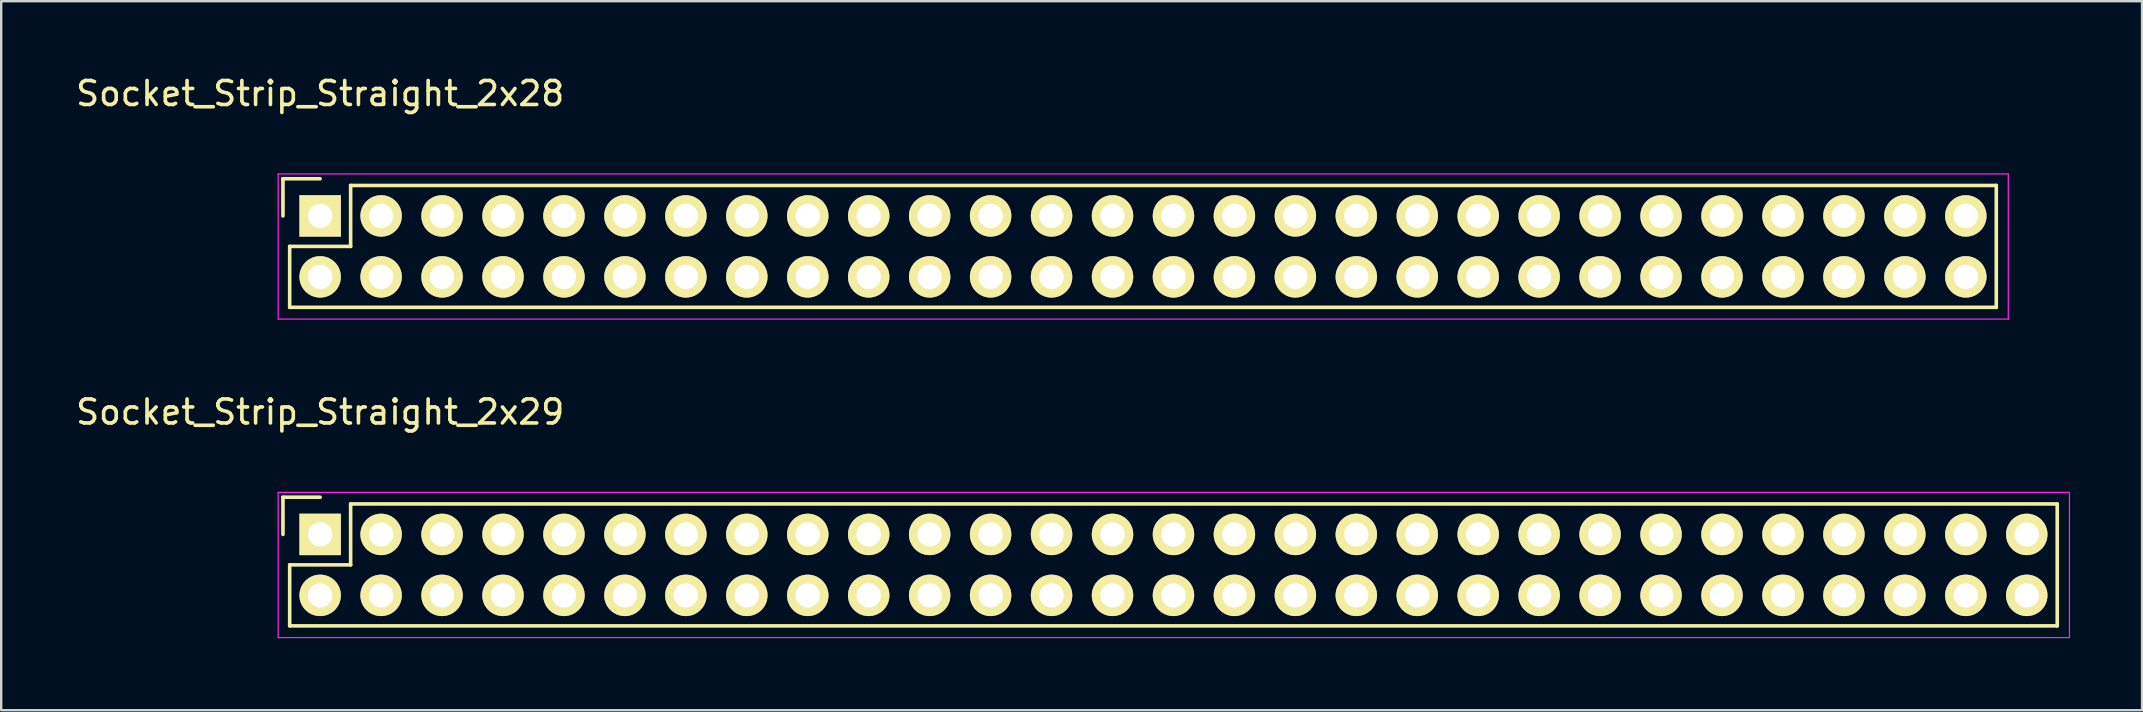
<source format=kicad_pcb>
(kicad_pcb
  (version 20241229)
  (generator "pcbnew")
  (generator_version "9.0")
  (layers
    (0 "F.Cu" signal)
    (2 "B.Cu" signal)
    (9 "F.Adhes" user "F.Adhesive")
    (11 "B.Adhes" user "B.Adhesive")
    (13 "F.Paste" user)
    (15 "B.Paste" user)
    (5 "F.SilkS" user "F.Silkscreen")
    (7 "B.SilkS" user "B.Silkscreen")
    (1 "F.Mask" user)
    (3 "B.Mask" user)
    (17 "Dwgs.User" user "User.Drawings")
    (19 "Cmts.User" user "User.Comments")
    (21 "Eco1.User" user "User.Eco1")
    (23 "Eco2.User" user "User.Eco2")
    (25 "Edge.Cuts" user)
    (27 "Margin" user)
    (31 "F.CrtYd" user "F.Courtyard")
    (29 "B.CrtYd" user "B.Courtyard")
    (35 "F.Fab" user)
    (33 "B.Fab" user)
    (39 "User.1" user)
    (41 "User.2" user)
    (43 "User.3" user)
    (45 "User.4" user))
  (footprint "Socket_Strip_Straight_2x29"
    (layer "F.Cu")
    (at 10.292 19.221)
    (property "Reference" "Socket_Strip_Straight_2x29" (at 0 -5.1 0) (layer "F.SilkS") (effects (font (size 1 1) (thickness 0.15))))
    (attr through_hole)
    (fp_line (start -1.55 -1.55) (end -1.55 0) (stroke (width 0.15) (type solid)) (layer "F.SilkS"))
    (fp_line (start -1.27 1.27) (end 1.27 1.27) (stroke (width 0.15) (type solid)) (layer "F.SilkS"))
    (fp_line (start -1.27 3.81) (end -1.27 1.27) (stroke (width 0.15) (type solid)) (layer "F.SilkS"))
    (fp_line (start 0 -1.55) (end -1.55 -1.55) (stroke (width 0.15) (type solid)) (layer "F.SilkS"))
    (fp_line (start 1.27 -1.27) (end 72.39 -1.27) (stroke (width 0.15) (type solid)) (layer "F.SilkS"))
    (fp_line (start 1.27 1.27) (end 1.27 -1.27) (stroke (width 0.15) (type solid)) (layer "F.SilkS"))
    (fp_line (start 72.39 3.81) (end -1.27 3.81) (stroke (width 0.15) (type solid)) (layer "F.SilkS"))
    (fp_line (start 72.39 3.81) (end 72.39 -1.27) (stroke (width 0.15) (type solid)) (layer "F.SilkS"))
    (fp_line (start -1.75 -1.75) (end -1.75 4.3) (stroke (width 0.05) (type solid)) (layer "F.CrtYd"))
    (fp_line (start -1.75 -1.75) (end 72.9 -1.75) (stroke (width 0.05) (type solid)) (layer "F.CrtYd"))
    (fp_line (start -1.75 4.3) (end 72.9 4.3) (stroke (width 0.05) (type solid)) (layer "F.CrtYd"))
    (fp_line (start 72.9 -1.75) (end 72.9 4.3) (stroke (width 0.05) (type solid)) (layer "F.CrtYd"))
    (pad "1" thru_hole rect (at 0 0) (size 1.727 1.727) (drill 1.016) (layers "*.Cu" "*.Mask" "F.SilkS"))
    (pad "2" thru_hole oval (at 0 2.54) (size 1.727 1.727) (drill 1.016) (layers "*.Cu" "*.Mask" "F.SilkS"))
    (pad "3" thru_hole oval (at 2.54 0) (size 1.727 1.727) (drill 1.016) (layers "*.Cu" "*.Mask" "F.SilkS"))
    (pad "4" thru_hole oval (at 2.54 2.54) (size 1.727 1.727) (drill 1.016) (layers "*.Cu" "*.Mask" "F.SilkS"))
    (pad "5" thru_hole oval (at 5.08 0) (size 1.727 1.727) (drill 1.016) (layers "*.Cu" "*.Mask" "F.SilkS"))
    (pad "6" thru_hole oval (at 5.08 2.54) (size 1.727 1.727) (drill 1.016) (layers "*.Cu" "*.Mask" "F.SilkS"))
    (pad "7" thru_hole oval (at 7.62 0) (size 1.727 1.727) (drill 1.016) (layers "*.Cu" "*.Mask" "F.SilkS"))
    (pad "8" thru_hole oval (at 7.62 2.54) (size 1.727 1.727) (drill 1.016) (layers "*.Cu" "*.Mask" "F.SilkS"))
    (pad "9" thru_hole oval (at 10.16 0) (size 1.727 1.727) (drill 1.016) (layers "*.Cu" "*.Mask" "F.SilkS"))
    (pad "10" thru_hole oval (at 10.16 2.54) (size 1.727 1.727) (drill 1.016) (layers "*.Cu" "*.Mask" "F.SilkS"))
    (pad "11" thru_hole oval (at 12.7 0) (size 1.727 1.727) (drill 1.016) (layers "*.Cu" "*.Mask" "F.SilkS"))
    (pad "12" thru_hole oval (at 12.7 2.54) (size 1.727 1.727) (drill 1.016) (layers "*.Cu" "*.Mask" "F.SilkS"))
    (pad "13" thru_hole oval (at 15.24 0) (size 1.727 1.727) (drill 1.016) (layers "*.Cu" "*.Mask" "F.SilkS"))
    (pad "14" thru_hole oval (at 15.24 2.54) (size 1.727 1.727) (drill 1.016) (layers "*.Cu" "*.Mask" "F.SilkS"))
    (pad "15" thru_hole oval (at 17.78 0) (size 1.727 1.727) (drill 1.016) (layers "*.Cu" "*.Mask" "F.SilkS"))
    (pad "16" thru_hole oval (at 17.78 2.54) (size 1.727 1.727) (drill 1.016) (layers "*.Cu" "*.Mask" "F.SilkS"))
    (pad "17" thru_hole oval (at 20.32 0) (size 1.727 1.727) (drill 1.016) (layers "*.Cu" "*.Mask" "F.SilkS"))
    (pad "18" thru_hole oval (at 20.32 2.54) (size 1.727 1.727) (drill 1.016) (layers "*.Cu" "*.Mask" "F.SilkS"))
    (pad "19" thru_hole oval (at 22.86 0) (size 1.727 1.727) (drill 1.016) (layers "*.Cu" "*.Mask" "F.SilkS"))
    (pad "20" thru_hole oval (at 22.86 2.54) (size 1.727 1.727) (drill 1.016) (layers "*.Cu" "*.Mask" "F.SilkS"))
    (pad "21" thru_hole oval (at 25.4 0) (size 1.727 1.727) (drill 1.016) (layers "*.Cu" "*.Mask" "F.SilkS"))
    (pad "22" thru_hole oval (at 25.4 2.54) (size 1.727 1.727) (drill 1.016) (layers "*.Cu" "*.Mask" "F.SilkS"))
    (pad "23" thru_hole oval (at 27.94 0) (size 1.727 1.727) (drill 1.016) (layers "*.Cu" "*.Mask" "F.SilkS"))
    (pad "24" thru_hole oval (at 27.94 2.54) (size 1.727 1.727) (drill 1.016) (layers "*.Cu" "*.Mask" "F.SilkS"))
    (pad "25" thru_hole oval (at 30.48 0) (size 1.727 1.727) (drill 1.016) (layers "*.Cu" "*.Mask" "F.SilkS"))
    (pad "26" thru_hole oval (at 30.48 2.54) (size 1.727 1.727) (drill 1.016) (layers "*.Cu" "*.Mask" "F.SilkS"))
    (pad "27" thru_hole oval (at 33.02 0) (size 1.727 1.727) (drill 1.016) (layers "*.Cu" "*.Mask" "F.SilkS"))
    (pad "28" thru_hole oval (at 33.02 2.54) (size 1.727 1.727) (drill 1.016) (layers "*.Cu" "*.Mask" "F.SilkS"))
    (pad "29" thru_hole oval (at 35.56 0) (size 1.727 1.727) (drill 1.016) (layers "*.Cu" "*.Mask" "F.SilkS"))
    (pad "30" thru_hole oval (at 35.56 2.54) (size 1.727 1.727) (drill 1.016) (layers "*.Cu" "*.Mask" "F.SilkS"))
    (pad "31" thru_hole oval (at 38.1 0) (size 1.727 1.727) (drill 1.016) (layers "*.Cu" "*.Mask" "F.SilkS"))
    (pad "32" thru_hole oval (at 38.1 2.54) (size 1.727 1.727) (drill 1.016) (layers "*.Cu" "*.Mask" "F.SilkS"))
    (pad "33" thru_hole oval (at 40.64 0) (size 1.727 1.727) (drill 1.016) (layers "*.Cu" "*.Mask" "F.SilkS"))
    (pad "34" thru_hole oval (at 40.64 2.54) (size 1.727 1.727) (drill 1.016) (layers "*.Cu" "*.Mask" "F.SilkS"))
    (pad "35" thru_hole oval (at 43.18 0) (size 1.727 1.727) (drill 1.016) (layers "*.Cu" "*.Mask" "F.SilkS"))
    (pad "36" thru_hole oval (at 43.18 2.54) (size 1.727 1.727) (drill 1.016) (layers "*.Cu" "*.Mask" "F.SilkS"))
    (pad "37" thru_hole oval (at 45.72 0) (size 1.727 1.727) (drill 1.016) (layers "*.Cu" "*.Mask" "F.SilkS"))
    (pad "38" thru_hole oval (at 45.72 2.54) (size 1.727 1.727) (drill 1.016) (layers "*.Cu" "*.Mask" "F.SilkS"))
    (pad "39" thru_hole oval (at 48.26 0) (size 1.727 1.727) (drill 1.016) (layers "*.Cu" "*.Mask" "F.SilkS"))
    (pad "40" thru_hole oval (at 48.26 2.54) (size 1.727 1.727) (drill 1.016) (layers "*.Cu" "*.Mask" "F.SilkS"))
    (pad "41" thru_hole oval (at 50.8 0) (size 1.727 1.727) (drill 1.016) (layers "*.Cu" "*.Mask" "F.SilkS"))
    (pad "42" thru_hole oval (at 50.8 2.54) (size 1.727 1.727) (drill 1.016) (layers "*.Cu" "*.Mask" "F.SilkS"))
    (pad "43" thru_hole oval (at 53.34 0) (size 1.727 1.727) (drill 1.016) (layers "*.Cu" "*.Mask" "F.SilkS"))
    (pad "44" thru_hole oval (at 53.34 2.54) (size 1.727 1.727) (drill 1.016) (layers "*.Cu" "*.Mask" "F.SilkS"))
    (pad "45" thru_hole oval (at 55.88 0) (size 1.727 1.727) (drill 1.016) (layers "*.Cu" "*.Mask" "F.SilkS"))
    (pad "46" thru_hole oval (at 55.88 2.54) (size 1.727 1.727) (drill 1.016) (layers "*.Cu" "*.Mask" "F.SilkS"))
    (pad "47" thru_hole oval (at 58.42 0) (size 1.727 1.727) (drill 1.016) (layers "*.Cu" "*.Mask" "F.SilkS"))
    (pad "48" thru_hole oval (at 58.42 2.54) (size 1.727 1.727) (drill 1.016) (layers "*.Cu" "*.Mask" "F.SilkS"))
    (pad "49" thru_hole oval (at 60.96 0) (size 1.727 1.727) (drill 1.016) (layers "*.Cu" "*.Mask" "F.SilkS"))
    (pad "50" thru_hole oval (at 60.96 2.54) (size 1.727 1.727) (drill 1.016) (layers "*.Cu" "*.Mask" "F.SilkS"))
    (pad "51" thru_hole oval (at 63.5 0) (size 1.727 1.727) (drill 1.016) (layers "*.Cu" "*.Mask" "F.SilkS"))
    (pad "52" thru_hole oval (at 63.5 2.54) (size 1.727 1.727) (drill 1.016) (layers "*.Cu" "*.Mask" "F.SilkS"))
    (pad "53" thru_hole oval (at 66.04 0) (size 1.727 1.727) (drill 1.016) (layers "*.Cu" "*.Mask" "F.SilkS"))
    (pad "54" thru_hole oval (at 66.04 2.54) (size 1.727 1.727) (drill 1.016) (layers "*.Cu" "*.Mask" "F.SilkS"))
    (pad "55" thru_hole oval (at 68.58 0) (size 1.727 1.727) (drill 1.016) (layers "*.Cu" "*.Mask" "F.SilkS"))
    (pad "56" thru_hole oval (at 68.58 2.54) (size 1.727 1.727) (drill 1.016) (layers "*.Cu" "*.Mask" "F.SilkS"))
    (pad "57" thru_hole oval (at 71.12 0) (size 1.727 1.727) (drill 1.016) (layers "*.Cu" "*.Mask" "F.SilkS"))
    (pad "58" thru_hole oval (at 71.12 2.54) (size 1.727 1.727) (drill 1.016) (layers "*.Cu" "*.Mask" "F.SilkS")))
  (footprint "Socket_Strip_Straight_2x28"
    (layer "F.Cu")
    (at 10.292 5.948)
    (property "Reference" "Socket_Strip_Straight_2x28" (at 0 -5.1 0) (layer "F.SilkS") (effects (font (size 1 1) (thickness 0.15))))
    (attr through_hole)
    (fp_line (start -1.55 -1.55) (end -1.55 0) (stroke (width 0.15) (type solid)) (layer "F.SilkS"))
    (fp_line (start -1.27 1.27) (end 1.27 1.27) (stroke (width 0.15) (type solid)) (layer "F.SilkS"))
    (fp_line (start -1.27 3.81) (end -1.27 1.27) (stroke (width 0.15) (type solid)) (layer "F.SilkS"))
    (fp_line (start -1.27 3.81) (end 69.85 3.81) (stroke (width 0.15) (type solid)) (layer "F.SilkS"))
    (fp_line (start 0 -1.55) (end -1.55 -1.55) (stroke (width 0.15) (type solid)) (layer "F.SilkS"))
    (fp_line (start 1.27 -1.27) (end 69.85 -1.27) (stroke (width 0.15) (type solid)) (layer "F.SilkS"))
    (fp_line (start 1.27 1.27) (end 1.27 -1.27) (stroke (width 0.15) (type solid)) (layer "F.SilkS"))
    (fp_line (start 69.85 3.81) (end 69.85 -1.27) (stroke (width 0.15) (type solid)) (layer "F.SilkS"))
    (fp_line (start -1.75 -1.75) (end -1.75 4.3) (stroke (width 0.05) (type solid)) (layer "F.CrtYd"))
    (fp_line (start -1.75 -1.75) (end 70.35 -1.75) (stroke (width 0.05) (type solid)) (layer "F.CrtYd"))
    (fp_line (start -1.75 4.3) (end 70.35 4.3) (stroke (width 0.05) (type solid)) (layer "F.CrtYd"))
    (fp_line (start 70.35 -1.75) (end 70.35 4.3) (stroke (width 0.05) (type solid)) (layer "F.CrtYd"))
    (pad "1" thru_hole rect (at 0 0) (size 1.727 1.727) (drill 1.016) (layers "*.Cu" "*.Mask" "F.SilkS"))
    (pad "2" thru_hole oval (at 0 2.54) (size 1.727 1.727) (drill 1.016) (layers "*.Cu" "*.Mask" "F.SilkS"))
    (pad "3" thru_hole oval (at 2.54 0) (size 1.727 1.727) (drill 1.016) (layers "*.Cu" "*.Mask" "F.SilkS"))
    (pad "4" thru_hole oval (at 2.54 2.54) (size 1.727 1.727) (drill 1.016) (layers "*.Cu" "*.Mask" "F.SilkS"))
    (pad "5" thru_hole oval (at 5.08 0) (size 1.727 1.727) (drill 1.016) (layers "*.Cu" "*.Mask" "F.SilkS"))
    (pad "6" thru_hole oval (at 5.08 2.54) (size 1.727 1.727) (drill 1.016) (layers "*.Cu" "*.Mask" "F.SilkS"))
    (pad "7" thru_hole oval (at 7.62 0) (size 1.727 1.727) (drill 1.016) (layers "*.Cu" "*.Mask" "F.SilkS"))
    (pad "8" thru_hole oval (at 7.62 2.54) (size 1.727 1.727) (drill 1.016) (layers "*.Cu" "*.Mask" "F.SilkS"))
    (pad "9" thru_hole oval (at 10.16 0) (size 1.727 1.727) (drill 1.016) (layers "*.Cu" "*.Mask" "F.SilkS"))
    (pad "10" thru_hole oval (at 10.16 2.54) (size 1.727 1.727) (drill 1.016) (layers "*.Cu" "*.Mask" "F.SilkS"))
    (pad "11" thru_hole oval (at 12.7 0) (size 1.727 1.727) (drill 1.016) (layers "*.Cu" "*.Mask" "F.SilkS"))
    (pad "12" thru_hole oval (at 12.7 2.54) (size 1.727 1.727) (drill 1.016) (layers "*.Cu" "*.Mask" "F.SilkS"))
    (pad "13" thru_hole oval (at 15.24 0) (size 1.727 1.727) (drill 1.016) (layers "*.Cu" "*.Mask" "F.SilkS"))
    (pad "14" thru_hole oval (at 15.24 2.54) (size 1.727 1.727) (drill 1.016) (layers "*.Cu" "*.Mask" "F.SilkS"))
    (pad "15" thru_hole oval (at 17.78 0) (size 1.727 1.727) (drill 1.016) (layers "*.Cu" "*.Mask" "F.SilkS"))
    (pad "16" thru_hole oval (at 17.78 2.54) (size 1.727 1.727) (drill 1.016) (layers "*.Cu" "*.Mask" "F.SilkS"))
    (pad "17" thru_hole oval (at 20.32 0) (size 1.727 1.727) (drill 1.016) (layers "*.Cu" "*.Mask" "F.SilkS"))
    (pad "18" thru_hole oval (at 20.32 2.54) (size 1.727 1.727) (drill 1.016) (layers "*.Cu" "*.Mask" "F.SilkS"))
    (pad "19" thru_hole oval (at 22.86 0) (size 1.727 1.727) (drill 1.016) (layers "*.Cu" "*.Mask" "F.SilkS"))
    (pad "20" thru_hole oval (at 22.86 2.54) (size 1.727 1.727) (drill 1.016) (layers "*.Cu" "*.Mask" "F.SilkS"))
    (pad "21" thru_hole oval (at 25.4 0) (size 1.727 1.727) (drill 1.016) (layers "*.Cu" "*.Mask" "F.SilkS"))
    (pad "22" thru_hole oval (at 25.4 2.54) (size 1.727 1.727) (drill 1.016) (layers "*.Cu" "*.Mask" "F.SilkS"))
    (pad "23" thru_hole oval (at 27.94 0) (size 1.727 1.727) (drill 1.016) (layers "*.Cu" "*.Mask" "F.SilkS"))
    (pad "24" thru_hole oval (at 27.94 2.54) (size 1.727 1.727) (drill 1.016) (layers "*.Cu" "*.Mask" "F.SilkS"))
    (pad "25" thru_hole oval (at 30.48 0) (size 1.727 1.727) (drill 1.016) (layers "*.Cu" "*.Mask" "F.SilkS"))
    (pad "26" thru_hole oval (at 30.48 2.54) (size 1.727 1.727) (drill 1.016) (layers "*.Cu" "*.Mask" "F.SilkS"))
    (pad "27" thru_hole oval (at 33.02 0) (size 1.727 1.727) (drill 1.016) (layers "*.Cu" "*.Mask" "F.SilkS"))
    (pad "28" thru_hole oval (at 33.02 2.54) (size 1.727 1.727) (drill 1.016) (layers "*.Cu" "*.Mask" "F.SilkS"))
    (pad "29" thru_hole oval (at 35.56 0) (size 1.727 1.727) (drill 1.016) (layers "*.Cu" "*.Mask" "F.SilkS"))
    (pad "30" thru_hole oval (at 35.56 2.54) (size 1.727 1.727) (drill 1.016) (layers "*.Cu" "*.Mask" "F.SilkS"))
    (pad "31" thru_hole oval (at 38.1 0) (size 1.727 1.727) (drill 1.016) (layers "*.Cu" "*.Mask" "F.SilkS"))
    (pad "32" thru_hole oval (at 38.1 2.54) (size 1.727 1.727) (drill 1.016) (layers "*.Cu" "*.Mask" "F.SilkS"))
    (pad "33" thru_hole oval (at 40.64 0) (size 1.727 1.727) (drill 1.016) (layers "*.Cu" "*.Mask" "F.SilkS"))
    (pad "34" thru_hole oval (at 40.64 2.54) (size 1.727 1.727) (drill 1.016) (layers "*.Cu" "*.Mask" "F.SilkS"))
    (pad "35" thru_hole oval (at 43.18 0) (size 1.727 1.727) (drill 1.016) (layers "*.Cu" "*.Mask" "F.SilkS"))
    (pad "36" thru_hole oval (at 43.18 2.54) (size 1.727 1.727) (drill 1.016) (layers "*.Cu" "*.Mask" "F.SilkS"))
    (pad "37" thru_hole oval (at 45.72 0) (size 1.727 1.727) (drill 1.016) (layers "*.Cu" "*.Mask" "F.SilkS"))
    (pad "38" thru_hole oval (at 45.72 2.54) (size 1.727 1.727) (drill 1.016) (layers "*.Cu" "*.Mask" "F.SilkS"))
    (pad "39" thru_hole oval (at 48.26 0) (size 1.727 1.727) (drill 1.016) (layers "*.Cu" "*.Mask" "F.SilkS"))
    (pad "40" thru_hole oval (at 48.26 2.54) (size 1.727 1.727) (drill 1.016) (layers "*.Cu" "*.Mask" "F.SilkS"))
    (pad "41" thru_hole oval (at 50.8 0) (size 1.727 1.727) (drill 1.016) (layers "*.Cu" "*.Mask" "F.SilkS"))
    (pad "42" thru_hole oval (at 50.8 2.54) (size 1.727 1.727) (drill 1.016) (layers "*.Cu" "*.Mask" "F.SilkS"))
    (pad "43" thru_hole oval (at 53.34 0) (size 1.727 1.727) (drill 1.016) (layers "*.Cu" "*.Mask" "F.SilkS"))
    (pad "44" thru_hole oval (at 53.34 2.54) (size 1.727 1.727) (drill 1.016) (layers "*.Cu" "*.Mask" "F.SilkS"))
    (pad "45" thru_hole oval (at 55.88 0) (size 1.727 1.727) (drill 1.016) (layers "*.Cu" "*.Mask" "F.SilkS"))
    (pad "46" thru_hole oval (at 55.88 2.54) (size 1.727 1.727) (drill 1.016) (layers "*.Cu" "*.Mask" "F.SilkS"))
    (pad "47" thru_hole oval (at 58.42 0) (size 1.727 1.727) (drill 1.016) (layers "*.Cu" "*.Mask" "F.SilkS"))
    (pad "48" thru_hole oval (at 58.42 2.54) (size 1.727 1.727) (drill 1.016) (layers "*.Cu" "*.Mask" "F.SilkS"))
    (pad "49" thru_hole oval (at 60.96 0) (size 1.727 1.727) (drill 1.016) (layers "*.Cu" "*.Mask" "F.SilkS"))
    (pad "50" thru_hole oval (at 60.96 2.54) (size 1.727 1.727) (drill 1.016) (layers "*.Cu" "*.Mask" "F.SilkS"))
    (pad "51" thru_hole oval (at 63.5 0) (size 1.727 1.727) (drill 1.016) (layers "*.Cu" "*.Mask" "F.SilkS"))
    (pad "52" thru_hole oval (at 63.5 2.54) (size 1.727 1.727) (drill 1.016) (layers "*.Cu" "*.Mask" "F.SilkS"))
    (pad "53" thru_hole oval (at 66.04 0) (size 1.727 1.727) (drill 1.016) (layers "*.Cu" "*.Mask" "F.SilkS"))
    (pad "54" thru_hole oval (at 66.04 2.54) (size 1.727 1.727) (drill 1.016) (layers "*.Cu" "*.Mask" "F.SilkS"))
    (pad "55" thru_hole oval (at 68.58 0) (size 1.727 1.727) (drill 1.016) (layers "*.Cu" "*.Mask" "F.SilkS"))
    (pad "56" thru_hole oval (at 68.58 2.54) (size 1.727 1.727) (drill 1.016) (layers "*.Cu" "*.Mask" "F.SilkS")))
  (gr_rect
    (start -3 -3)
    (end 86.217 26.547)
    (stroke (width 0.1) (type default))
    (fill no)
    (layer "Edge.Cuts")))
</source>
